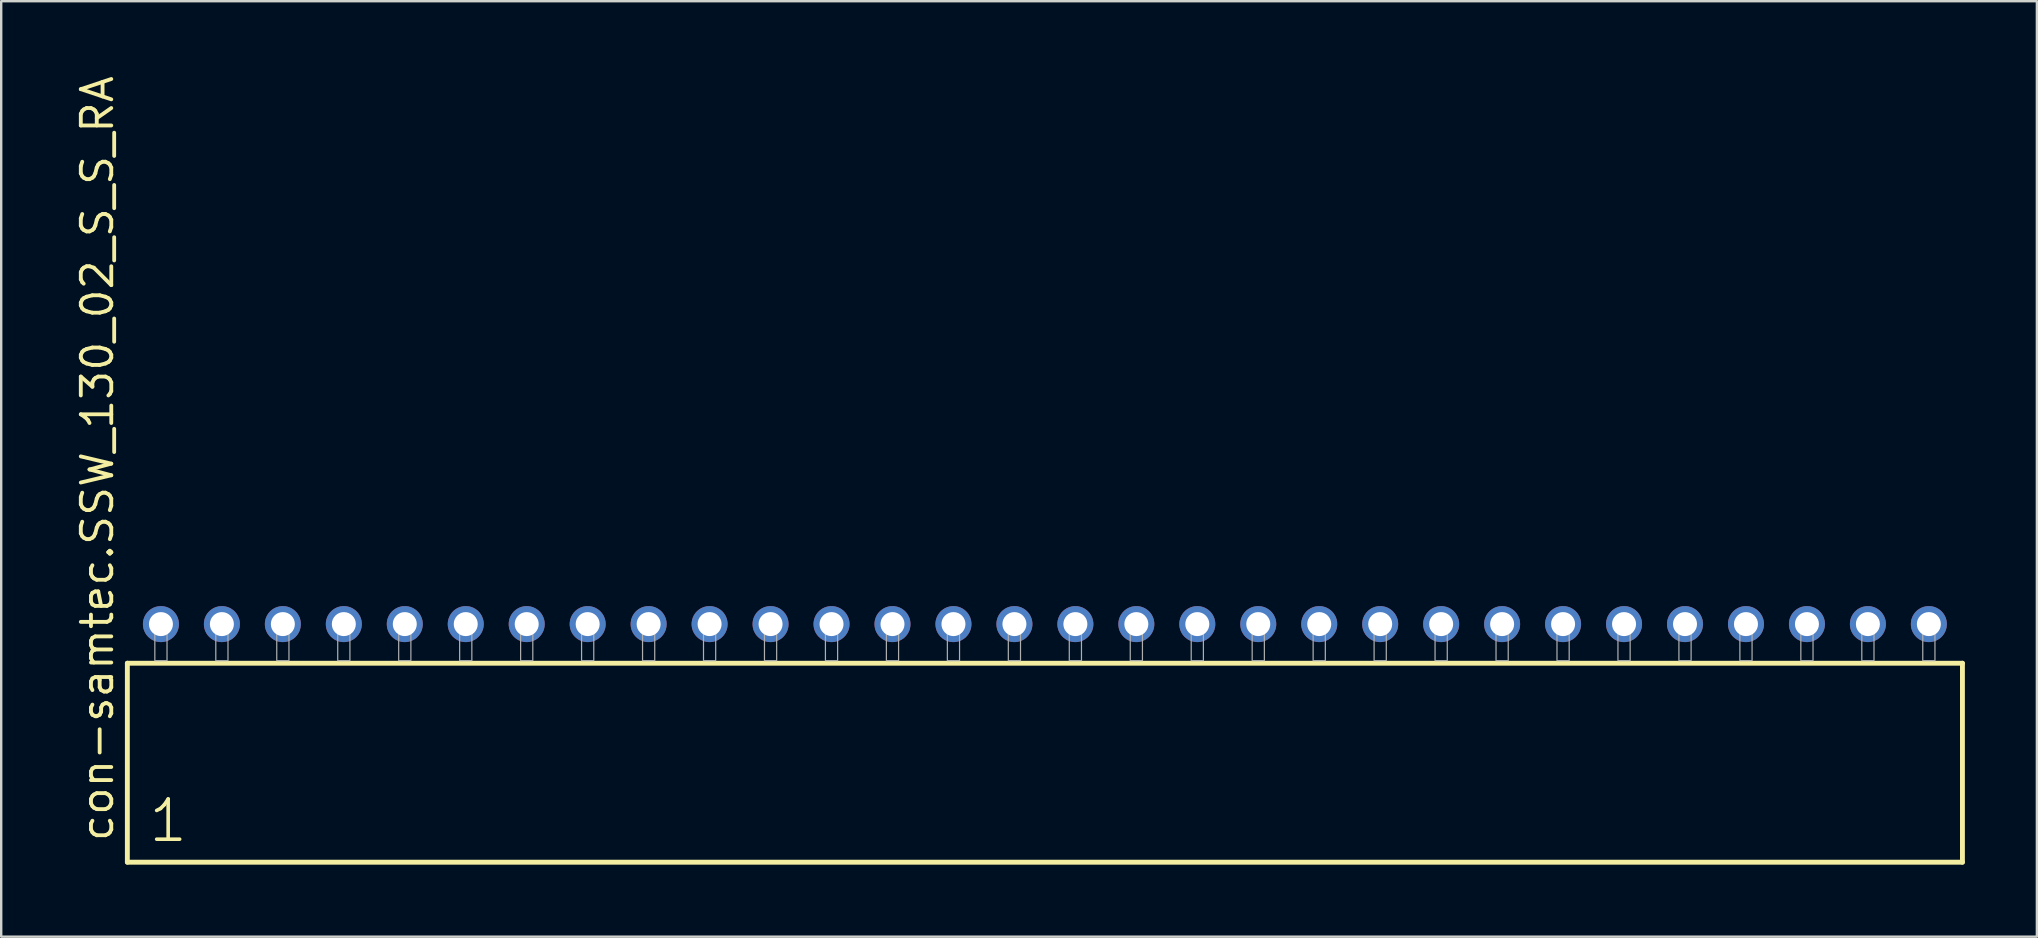
<source format=kicad_pcb>
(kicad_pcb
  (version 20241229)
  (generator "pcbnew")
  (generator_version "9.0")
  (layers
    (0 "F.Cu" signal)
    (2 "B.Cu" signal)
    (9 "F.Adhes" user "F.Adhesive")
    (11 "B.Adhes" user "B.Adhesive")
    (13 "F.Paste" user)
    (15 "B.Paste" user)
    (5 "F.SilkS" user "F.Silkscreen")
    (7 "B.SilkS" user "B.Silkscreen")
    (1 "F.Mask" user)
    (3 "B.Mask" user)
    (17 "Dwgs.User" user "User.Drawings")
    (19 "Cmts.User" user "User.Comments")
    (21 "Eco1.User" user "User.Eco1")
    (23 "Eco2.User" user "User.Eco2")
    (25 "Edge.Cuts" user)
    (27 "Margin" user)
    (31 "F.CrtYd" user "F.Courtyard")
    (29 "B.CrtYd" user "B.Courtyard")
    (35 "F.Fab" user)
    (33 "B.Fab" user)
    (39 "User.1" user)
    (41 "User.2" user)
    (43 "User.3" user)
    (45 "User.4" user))
  (footprint "con-samtec.SSW_130_02_S_S_RA"
    (layer "F.Cu")
    (at 40.485 24.477)
    (property "Reference" "con-samtec.SSW_130_02_S_S_RA" (at -38.735 7.62 90) (layer "F.SilkS") (effects (font (size 1.27 1.27) (thickness 0.16)) (justify left bottom)))
    (attr through_hole)
    (fp_line (start -38.229 0.106) (end -38.229 8.396) (stroke (width 0.203) (type default)) (layer "F.SilkS"))
    (fp_line (start -38.229 8.396) (end 38.229 8.396) (stroke (width 0.203) (type default)) (layer "F.SilkS"))
    (fp_line (start 38.229 0.106) (end -38.229 0.106) (stroke (width 0.203) (type default)) (layer "F.SilkS"))
    (fp_line (start 38.229 8.396) (end 38.229 0.106) (stroke (width 0.203) (type default)) (layer "F.SilkS"))
    (fp_rect (start -37.084 0) (end -36.576 -1.778) (stroke (width 0.05) (type default)) (fill no) (layer "F.Fab"))
    (fp_rect (start -34.544 0) (end -34.036 -1.778) (stroke (width 0.05) (type default)) (fill no) (layer "F.Fab"))
    (fp_rect (start -32.004 0) (end -31.496 -1.778) (stroke (width 0.05) (type default)) (fill no) (layer "F.Fab"))
    (fp_rect (start -29.464 0) (end -28.956 -1.778) (stroke (width 0.05) (type default)) (fill no) (layer "F.Fab"))
    (fp_rect (start -26.924 0) (end -26.416 -1.778) (stroke (width 0.05) (type default)) (fill no) (layer "F.Fab"))
    (fp_rect (start -24.384 0) (end -23.876 -1.778) (stroke (width 0.05) (type default)) (fill no) (layer "F.Fab"))
    (fp_rect (start -21.844 0) (end -21.336 -1.778) (stroke (width 0.05) (type default)) (fill no) (layer "F.Fab"))
    (fp_rect (start -19.304 0) (end -18.796 -1.778) (stroke (width 0.05) (type default)) (fill no) (layer "F.Fab"))
    (fp_rect (start -16.764 0) (end -16.256 -1.778) (stroke (width 0.05) (type default)) (fill no) (layer "F.Fab"))
    (fp_rect (start -14.224 0) (end -13.716 -1.778) (stroke (width 0.05) (type default)) (fill no) (layer "F.Fab"))
    (fp_rect (start -11.684 0) (end -11.176 -1.778) (stroke (width 0.05) (type default)) (fill no) (layer "F.Fab"))
    (fp_rect (start -9.144 0) (end -8.636 -1.778) (stroke (width 0.05) (type default)) (fill no) (layer "F.Fab"))
    (fp_rect (start -6.604 0) (end -6.096 -1.778) (stroke (width 0.05) (type default)) (fill no) (layer "F.Fab"))
    (fp_rect (start -4.064 0) (end -3.556 -1.778) (stroke (width 0.05) (type default)) (fill no) (layer "F.Fab"))
    (fp_rect (start -1.524 0) (end -1.016 -1.778) (stroke (width 0.05) (type default)) (fill no) (layer "F.Fab"))
    (fp_rect (start 1.016 0) (end 1.524 -1.778) (stroke (width 0.05) (type default)) (fill no) (layer "F.Fab"))
    (fp_rect (start 3.556 0) (end 4.064 -1.778) (stroke (width 0.05) (type default)) (fill no) (layer "F.Fab"))
    (fp_rect (start 6.096 0) (end 6.604 -1.778) (stroke (width 0.05) (type default)) (fill no) (layer "F.Fab"))
    (fp_rect (start 8.636 0) (end 9.144 -1.778) (stroke (width 0.05) (type default)) (fill no) (layer "F.Fab"))
    (fp_rect (start 11.176 0) (end 11.684 -1.778) (stroke (width 0.05) (type default)) (fill no) (layer "F.Fab"))
    (fp_rect (start 13.716 0) (end 14.224 -1.778) (stroke (width 0.05) (type default)) (fill no) (layer "F.Fab"))
    (fp_rect (start 16.256 0) (end 16.764 -1.778) (stroke (width 0.05) (type default)) (fill no) (layer "F.Fab"))
    (fp_rect (start 18.796 0) (end 19.304 -1.778) (stroke (width 0.05) (type default)) (fill no) (layer "F.Fab"))
    (fp_rect (start 21.336 0) (end 21.844 -1.778) (stroke (width 0.05) (type default)) (fill no) (layer "F.Fab"))
    (fp_rect (start 23.876 0) (end 24.384 -1.778) (stroke (width 0.05) (type default)) (fill no) (layer "F.Fab"))
    (fp_rect (start 26.416 0) (end 26.924 -1.778) (stroke (width 0.05) (type default)) (fill no) (layer "F.Fab"))
    (fp_rect (start 28.956 0) (end 29.464 -1.778) (stroke (width 0.05) (type default)) (fill no) (layer "F.Fab"))
    (fp_rect (start 31.496 0) (end 32.004 -1.778) (stroke (width 0.05) (type default)) (fill no) (layer "F.Fab"))
    (fp_rect (start 34.036 0) (end 34.544 -1.778) (stroke (width 0.05) (type default)) (fill no) (layer "F.Fab"))
    (fp_rect (start 36.576 0) (end 37.084 -1.778) (stroke (width 0.05) (type default)) (fill no) (layer "F.Fab"))
    (fp_text user "1" (at -37.425 7.65 0) (layer "F.SilkS") (effects (font (size 1.676 1.676) (thickness 0.15)) (justify left bottom)))
    (pad "1" thru_hole circle (at -36.83 -1.524) (size 1.5 1.5) (drill 1) (layers "*.Cu" "*.Mask"))
    (pad "2" thru_hole circle (at -34.29 -1.524) (size 1.5 1.5) (drill 1) (layers "*.Cu" "*.Mask"))
    (pad "3" thru_hole circle (at -31.75 -1.524) (size 1.5 1.5) (drill 1) (layers "*.Cu" "*.Mask"))
    (pad "4" thru_hole circle (at -29.21 -1.524) (size 1.5 1.5) (drill 1) (layers "*.Cu" "*.Mask"))
    (pad "5" thru_hole circle (at -26.67 -1.524) (size 1.5 1.5) (drill 1) (layers "*.Cu" "*.Mask"))
    (pad "6" thru_hole circle (at -24.13 -1.524) (size 1.5 1.5) (drill 1) (layers "*.Cu" "*.Mask"))
    (pad "7" thru_hole circle (at -21.59 -1.524) (size 1.5 1.5) (drill 1) (layers "*.Cu" "*.Mask"))
    (pad "8" thru_hole circle (at -19.05 -1.524) (size 1.5 1.5) (drill 1) (layers "*.Cu" "*.Mask"))
    (pad "9" thru_hole circle (at -16.51 -1.524) (size 1.5 1.5) (drill 1) (layers "*.Cu" "*.Mask"))
    (pad "10" thru_hole circle (at -13.97 -1.524) (size 1.5 1.5) (drill 1) (layers "*.Cu" "*.Mask"))
    (pad "11" thru_hole circle (at -11.43 -1.524) (size 1.5 1.5) (drill 1) (layers "*.Cu" "*.Mask"))
    (pad "12" thru_hole circle (at -8.89 -1.524) (size 1.5 1.5) (drill 1) (layers "*.Cu" "*.Mask"))
    (pad "13" thru_hole circle (at -6.35 -1.524) (size 1.5 1.5) (drill 1) (layers "*.Cu" "*.Mask"))
    (pad "14" thru_hole circle (at -3.81 -1.524) (size 1.5 1.5) (drill 1) (layers "*.Cu" "*.Mask"))
    (pad "15" thru_hole circle (at -1.27 -1.524) (size 1.5 1.5) (drill 1) (layers "*.Cu" "*.Mask"))
    (pad "16" thru_hole circle (at 1.27 -1.524) (size 1.5 1.5) (drill 1) (layers "*.Cu" "*.Mask"))
    (pad "17" thru_hole circle (at 3.81 -1.524) (size 1.5 1.5) (drill 1) (layers "*.Cu" "*.Mask"))
    (pad "18" thru_hole circle (at 6.35 -1.524) (size 1.5 1.5) (drill 1) (layers "*.Cu" "*.Mask"))
    (pad "19" thru_hole circle (at 8.89 -1.524) (size 1.5 1.5) (drill 1) (layers "*.Cu" "*.Mask"))
    (pad "20" thru_hole circle (at 11.43 -1.524) (size 1.5 1.5) (drill 1) (layers "*.Cu" "*.Mask"))
    (pad "21" thru_hole circle (at 13.97 -1.524) (size 1.5 1.5) (drill 1) (layers "*.Cu" "*.Mask"))
    (pad "22" thru_hole circle (at 16.51 -1.524) (size 1.5 1.5) (drill 1) (layers "*.Cu" "*.Mask"))
    (pad "23" thru_hole circle (at 19.05 -1.524) (size 1.5 1.5) (drill 1) (layers "*.Cu" "*.Mask"))
    (pad "24" thru_hole circle (at 21.59 -1.524) (size 1.5 1.5) (drill 1) (layers "*.Cu" "*.Mask"))
    (pad "25" thru_hole circle (at 24.13 -1.524) (size 1.5 1.5) (drill 1) (layers "*.Cu" "*.Mask"))
    (pad "26" thru_hole circle (at 26.67 -1.524) (size 1.5 1.5) (drill 1) (layers "*.Cu" "*.Mask"))
    (pad "27" thru_hole circle (at 29.21 -1.524) (size 1.5 1.5) (drill 1) (layers "*.Cu" "*.Mask"))
    (pad "28" thru_hole circle (at 31.75 -1.524) (size 1.5 1.5) (drill 1) (layers "*.Cu" "*.Mask"))
    (pad "29" thru_hole circle (at 34.29 -1.524) (size 1.5 1.5) (drill 1) (layers "*.Cu" "*.Mask"))
    (pad "30" thru_hole circle (at 36.83 -1.524) (size 1.5 1.5) (drill 1) (layers "*.Cu" "*.Mask")))
  (gr_rect
    (start -3 -3)
    (end 81.816 35.975)
    (stroke (width 0.1) (type default))
    (fill no)
    (layer "Edge.Cuts")))
</source>
